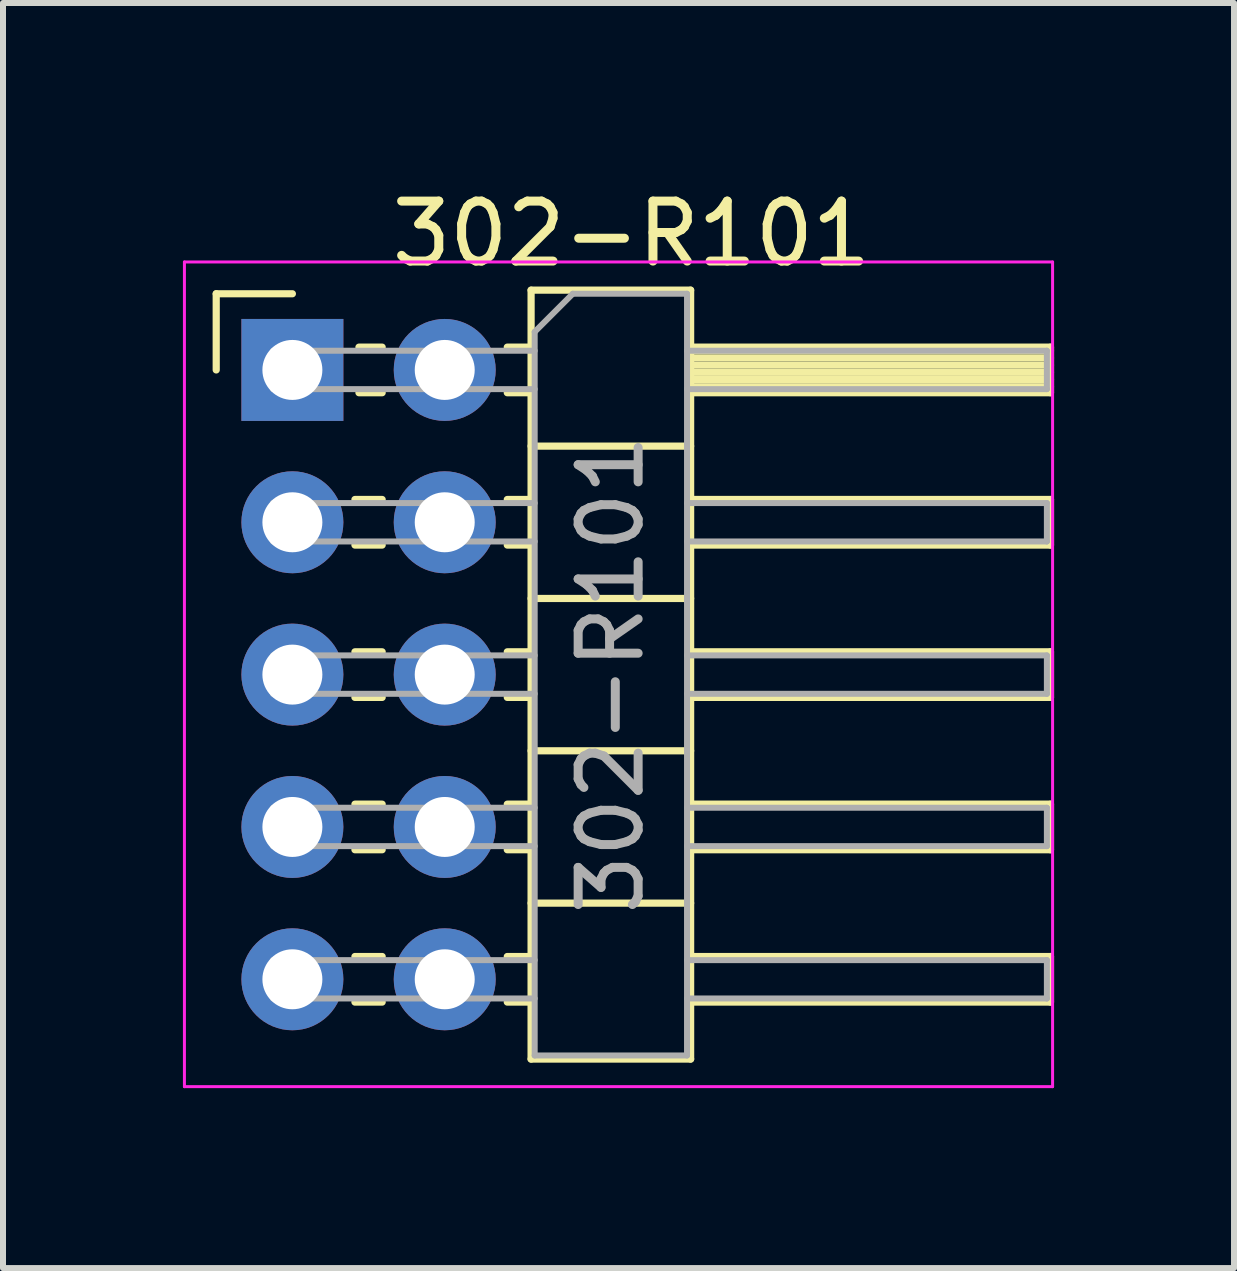
<source format=kicad_pcb>
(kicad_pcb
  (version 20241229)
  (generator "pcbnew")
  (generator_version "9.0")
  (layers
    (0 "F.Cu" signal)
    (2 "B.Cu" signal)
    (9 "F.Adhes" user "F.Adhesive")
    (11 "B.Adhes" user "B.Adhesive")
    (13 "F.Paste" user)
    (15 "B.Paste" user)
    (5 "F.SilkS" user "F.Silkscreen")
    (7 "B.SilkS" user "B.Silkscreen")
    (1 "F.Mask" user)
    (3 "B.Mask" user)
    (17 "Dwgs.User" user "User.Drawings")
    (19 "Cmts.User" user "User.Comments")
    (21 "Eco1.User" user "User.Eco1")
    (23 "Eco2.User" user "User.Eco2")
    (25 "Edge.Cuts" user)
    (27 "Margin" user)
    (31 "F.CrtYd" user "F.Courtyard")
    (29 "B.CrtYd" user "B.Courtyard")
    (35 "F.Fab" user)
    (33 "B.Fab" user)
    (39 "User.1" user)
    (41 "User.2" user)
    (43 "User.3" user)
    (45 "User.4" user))
  (footprint "302-R101"
    (layer "F.Cu")
    (at 1.825 3.118)
    (property "Reference" "302-R101" (at 5.655 -2.27 0) (layer "F.SilkS") (effects (font (size 1 1) (thickness 0.15))))
    (attr through_hole)
    (fp_line (start -1.27 -1.27) (end 0 -1.27) (stroke (width 0.12) (type solid)) (layer "F.SilkS"))
    (fp_line (start -1.27 0) (end -1.27 -1.27) (stroke (width 0.12) (type solid)) (layer "F.SilkS"))
    (fp_line (start 1.043 2.16) (end 1.497 2.16) (stroke (width 0.12) (type solid)) (layer "F.SilkS"))
    (fp_line (start 1.043 2.92) (end 1.497 2.92) (stroke (width 0.12) (type solid)) (layer "F.SilkS"))
    (fp_line (start 1.043 4.7) (end 1.497 4.7) (stroke (width 0.12) (type solid)) (layer "F.SilkS"))
    (fp_line (start 1.043 5.46) (end 1.497 5.46) (stroke (width 0.12) (type solid)) (layer "F.SilkS"))
    (fp_line (start 1.043 7.24) (end 1.497 7.24) (stroke (width 0.12) (type solid)) (layer "F.SilkS"))
    (fp_line (start 1.043 8) (end 1.497 8) (stroke (width 0.12) (type solid)) (layer "F.SilkS"))
    (fp_line (start 1.043 9.78) (end 1.497 9.78) (stroke (width 0.12) (type solid)) (layer "F.SilkS"))
    (fp_line (start 1.043 10.54) (end 1.497 10.54) (stroke (width 0.12) (type solid)) (layer "F.SilkS"))
    (fp_line (start 1.11 -0.38) (end 1.497 -0.38) (stroke (width 0.12) (type solid)) (layer "F.SilkS"))
    (fp_line (start 1.11 0.38) (end 1.497 0.38) (stroke (width 0.12) (type solid)) (layer "F.SilkS"))
    (fp_line (start 3.583 -0.38) (end 3.98 -0.38) (stroke (width 0.12) (type solid)) (layer "F.SilkS"))
    (fp_line (start 3.583 0.38) (end 3.98 0.38) (stroke (width 0.12) (type solid)) (layer "F.SilkS"))
    (fp_line (start 3.583 2.16) (end 3.98 2.16) (stroke (width 0.12) (type solid)) (layer "F.SilkS"))
    (fp_line (start 3.583 2.92) (end 3.98 2.92) (stroke (width 0.12) (type solid)) (layer "F.SilkS"))
    (fp_line (start 3.583 4.7) (end 3.98 4.7) (stroke (width 0.12) (type solid)) (layer "F.SilkS"))
    (fp_line (start 3.583 5.46) (end 3.98 5.46) (stroke (width 0.12) (type solid)) (layer "F.SilkS"))
    (fp_line (start 3.583 7.24) (end 3.98 7.24) (stroke (width 0.12) (type solid)) (layer "F.SilkS"))
    (fp_line (start 3.583 8) (end 3.98 8) (stroke (width 0.12) (type solid)) (layer "F.SilkS"))
    (fp_line (start 3.583 9.78) (end 3.98 9.78) (stroke (width 0.12) (type solid)) (layer "F.SilkS"))
    (fp_line (start 3.583 10.54) (end 3.98 10.54) (stroke (width 0.12) (type solid)) (layer "F.SilkS"))
    (fp_line (start 3.98 -1.33) (end 3.98 11.49) (stroke (width 0.12) (type solid)) (layer "F.SilkS"))
    (fp_line (start 3.98 1.27) (end 6.64 1.27) (stroke (width 0.12) (type solid)) (layer "F.SilkS"))
    (fp_line (start 3.98 3.81) (end 6.64 3.81) (stroke (width 0.12) (type solid)) (layer "F.SilkS"))
    (fp_line (start 3.98 6.35) (end 6.64 6.35) (stroke (width 0.12) (type solid)) (layer "F.SilkS"))
    (fp_line (start 3.98 8.89) (end 6.64 8.89) (stroke (width 0.12) (type solid)) (layer "F.SilkS"))
    (fp_line (start 3.98 11.49) (end 6.64 11.49) (stroke (width 0.12) (type solid)) (layer "F.SilkS"))
    (fp_line (start 6.64 -1.33) (end 3.98 -1.33) (stroke (width 0.12) (type solid)) (layer "F.SilkS"))
    (fp_line (start 6.64 -0.38) (end 12.64 -0.38) (stroke (width 0.12) (type solid)) (layer "F.SilkS"))
    (fp_line (start 6.64 -0.32) (end 12.64 -0.32) (stroke (width 0.12) (type solid)) (layer "F.SilkS"))
    (fp_line (start 6.64 -0.2) (end 12.64 -0.2) (stroke (width 0.12) (type solid)) (layer "F.SilkS"))
    (fp_line (start 6.64 -0.08) (end 12.64 -0.08) (stroke (width 0.12) (type solid)) (layer "F.SilkS"))
    (fp_line (start 6.64 0.04) (end 12.64 0.04) (stroke (width 0.12) (type solid)) (layer "F.SilkS"))
    (fp_line (start 6.64 0.16) (end 12.64 0.16) (stroke (width 0.12) (type solid)) (layer "F.SilkS"))
    (fp_line (start 6.64 0.28) (end 12.64 0.28) (stroke (width 0.12) (type solid)) (layer "F.SilkS"))
    (fp_line (start 6.64 2.16) (end 12.64 2.16) (stroke (width 0.12) (type solid)) (layer "F.SilkS"))
    (fp_line (start 6.64 4.7) (end 12.64 4.7) (stroke (width 0.12) (type solid)) (layer "F.SilkS"))
    (fp_line (start 6.64 7.24) (end 12.64 7.24) (stroke (width 0.12) (type solid)) (layer "F.SilkS"))
    (fp_line (start 6.64 9.78) (end 12.64 9.78) (stroke (width 0.12) (type solid)) (layer "F.SilkS"))
    (fp_line (start 6.64 11.49) (end 6.64 -1.33) (stroke (width 0.12) (type solid)) (layer "F.SilkS"))
    (fp_line (start 12.64 -0.38) (end 12.64 0.38) (stroke (width 0.12) (type solid)) (layer "F.SilkS"))
    (fp_line (start 12.64 0.38) (end 6.64 0.38) (stroke (width 0.12) (type solid)) (layer "F.SilkS"))
    (fp_line (start 12.64 2.16) (end 12.64 2.92) (stroke (width 0.12) (type solid)) (layer "F.SilkS"))
    (fp_line (start 12.64 2.92) (end 6.64 2.92) (stroke (width 0.12) (type solid)) (layer "F.SilkS"))
    (fp_line (start 12.64 4.7) (end 12.64 5.46) (stroke (width 0.12) (type solid)) (layer "F.SilkS"))
    (fp_line (start 12.64 5.46) (end 6.64 5.46) (stroke (width 0.12) (type solid)) (layer "F.SilkS"))
    (fp_line (start 12.64 7.24) (end 12.64 8) (stroke (width 0.12) (type solid)) (layer "F.SilkS"))
    (fp_line (start 12.64 8) (end 6.64 8) (stroke (width 0.12) (type solid)) (layer "F.SilkS"))
    (fp_line (start 12.64 9.78) (end 12.64 10.54) (stroke (width 0.12) (type solid)) (layer "F.SilkS"))
    (fp_line (start 12.64 10.54) (end 6.64 10.54) (stroke (width 0.12) (type solid)) (layer "F.SilkS"))
    (fp_line (start -1.8 -1.8) (end -1.8 11.95) (stroke (width 0.05) (type solid)) (layer "F.CrtYd"))
    (fp_line (start -1.8 11.95) (end 12.675 11.95) (stroke (width 0.05) (type solid)) (layer "F.CrtYd"))
    (fp_line (start 12.675 -1.8) (end -1.8 -1.8) (stroke (width 0.05) (type solid)) (layer "F.CrtYd"))
    (fp_line (start 12.675 11.95) (end 12.675 -1.8) (stroke (width 0.05) (type solid)) (layer "F.CrtYd"))
    (fp_line (start -0.32 -0.32) (end -0.32 0.32) (stroke (width 0.1) (type solid)) (layer "F.Fab"))
    (fp_line (start -0.32 -0.32) (end 4.04 -0.32) (stroke (width 0.1) (type solid)) (layer "F.Fab"))
    (fp_line (start -0.32 0.32) (end 4.04 0.32) (stroke (width 0.1) (type solid)) (layer "F.Fab"))
    (fp_line (start -0.32 2.22) (end -0.32 2.86) (stroke (width 0.1) (type solid)) (layer "F.Fab"))
    (fp_line (start -0.32 2.22) (end 4.04 2.22) (stroke (width 0.1) (type solid)) (layer "F.Fab"))
    (fp_line (start -0.32 2.86) (end 4.04 2.86) (stroke (width 0.1) (type solid)) (layer "F.Fab"))
    (fp_line (start -0.32 4.76) (end -0.32 5.4) (stroke (width 0.1) (type solid)) (layer "F.Fab"))
    (fp_line (start -0.32 4.76) (end 4.04 4.76) (stroke (width 0.1) (type solid)) (layer "F.Fab"))
    (fp_line (start -0.32 5.4) (end 4.04 5.4) (stroke (width 0.1) (type solid)) (layer "F.Fab"))
    (fp_line (start -0.32 7.3) (end -0.32 7.94) (stroke (width 0.1) (type solid)) (layer "F.Fab"))
    (fp_line (start -0.32 7.3) (end 4.04 7.3) (stroke (width 0.1) (type solid)) (layer "F.Fab"))
    (fp_line (start -0.32 7.94) (end 4.04 7.94) (stroke (width 0.1) (type solid)) (layer "F.Fab"))
    (fp_line (start -0.32 9.84) (end -0.32 10.48) (stroke (width 0.1) (type solid)) (layer "F.Fab"))
    (fp_line (start -0.32 9.84) (end 4.04 9.84) (stroke (width 0.1) (type solid)) (layer "F.Fab"))
    (fp_line (start -0.32 10.48) (end 4.04 10.48) (stroke (width 0.1) (type solid)) (layer "F.Fab"))
    (fp_line (start 4.04 -0.635) (end 4.675 -1.27) (stroke (width 0.1) (type solid)) (layer "F.Fab"))
    (fp_line (start 4.04 11.43) (end 4.04 -0.635) (stroke (width 0.1) (type solid)) (layer "F.Fab"))
    (fp_line (start 4.675 -1.27) (end 6.58 -1.27) (stroke (width 0.1) (type solid)) (layer "F.Fab"))
    (fp_line (start 6.58 -1.27) (end 6.58 11.43) (stroke (width 0.1) (type solid)) (layer "F.Fab"))
    (fp_line (start 6.58 -0.32) (end 12.58 -0.32) (stroke (width 0.1) (type solid)) (layer "F.Fab"))
    (fp_line (start 6.58 0.32) (end 12.58 0.32) (stroke (width 0.1) (type solid)) (layer "F.Fab"))
    (fp_line (start 6.58 2.22) (end 12.58 2.22) (stroke (width 0.1) (type solid)) (layer "F.Fab"))
    (fp_line (start 6.58 2.86) (end 12.58 2.86) (stroke (width 0.1) (type solid)) (layer "F.Fab"))
    (fp_line (start 6.58 4.76) (end 12.58 4.76) (stroke (width 0.1) (type solid)) (layer "F.Fab"))
    (fp_line (start 6.58 5.4) (end 12.58 5.4) (stroke (width 0.1) (type solid)) (layer "F.Fab"))
    (fp_line (start 6.58 7.3) (end 12.58 7.3) (stroke (width 0.1) (type solid)) (layer "F.Fab"))
    (fp_line (start 6.58 7.94) (end 12.58 7.94) (stroke (width 0.1) (type solid)) (layer "F.Fab"))
    (fp_line (start 6.58 9.84) (end 12.58 9.84) (stroke (width 0.1) (type solid)) (layer "F.Fab"))
    (fp_line (start 6.58 10.48) (end 12.58 10.48) (stroke (width 0.1) (type solid)) (layer "F.Fab"))
    (fp_line (start 6.58 11.43) (end 4.04 11.43) (stroke (width 0.1) (type solid)) (layer "F.Fab"))
    (fp_line (start 12.58 -0.32) (end 12.58 0.32) (stroke (width 0.1) (type solid)) (layer "F.Fab"))
    (fp_line (start 12.58 2.22) (end 12.58 2.86) (stroke (width 0.1) (type solid)) (layer "F.Fab"))
    (fp_line (start 12.58 4.76) (end 12.58 5.4) (stroke (width 0.1) (type solid)) (layer "F.Fab"))
    (fp_line (start 12.58 7.3) (end 12.58 7.94) (stroke (width 0.1) (type solid)) (layer "F.Fab"))
    (fp_line (start 12.58 9.84) (end 12.58 10.48) (stroke (width 0.1) (type solid)) (layer "F.Fab"))
    (fp_text user "${REFERENCE}" (at 5.31 5.08 270) (layer "F.Fab") (effects (font (size 1 1) (thickness 0.15))))
    (pad "1" thru_hole rect (at 0 0) (size 1.7 1.7) (drill 1) (layers "*.Cu" "*.Mask"))
    (pad "2" thru_hole oval (at 2.54 0) (size 1.7 1.7) (drill 1) (layers "*.Cu" "*.Mask"))
    (pad "3" thru_hole oval (at 0 2.54) (size 1.7 1.7) (drill 1) (layers "*.Cu" "*.Mask"))
    (pad "4" thru_hole oval (at 2.54 2.54) (size 1.7 1.7) (drill 1) (layers "*.Cu" "*.Mask"))
    (pad "5" thru_hole oval (at 0 5.08) (size 1.7 1.7) (drill 1) (layers "*.Cu" "*.Mask"))
    (pad "6" thru_hole oval (at 2.54 5.08) (size 1.7 1.7) (drill 1) (layers "*.Cu" "*.Mask"))
    (pad "7" thru_hole oval (at 0 7.62) (size 1.7 1.7) (drill 1) (layers "*.Cu" "*.Mask"))
    (pad "8" thru_hole oval (at 2.54 7.62) (size 1.7 1.7) (drill 1) (layers "*.Cu" "*.Mask"))
    (pad "9" thru_hole oval (at 0 10.16) (size 1.7 1.7) (drill 1) (layers "*.Cu" "*.Mask"))
    (pad "10" thru_hole oval (at 2.54 10.16) (size 1.7 1.7) (drill 1) (layers "*.Cu" "*.Mask")))
  (gr_rect
    (start -3 -3)
    (end 17.525 18.093)
    (stroke (width 0.1) (type default))
    (fill no)
    (layer "Edge.Cuts")))
</source>
